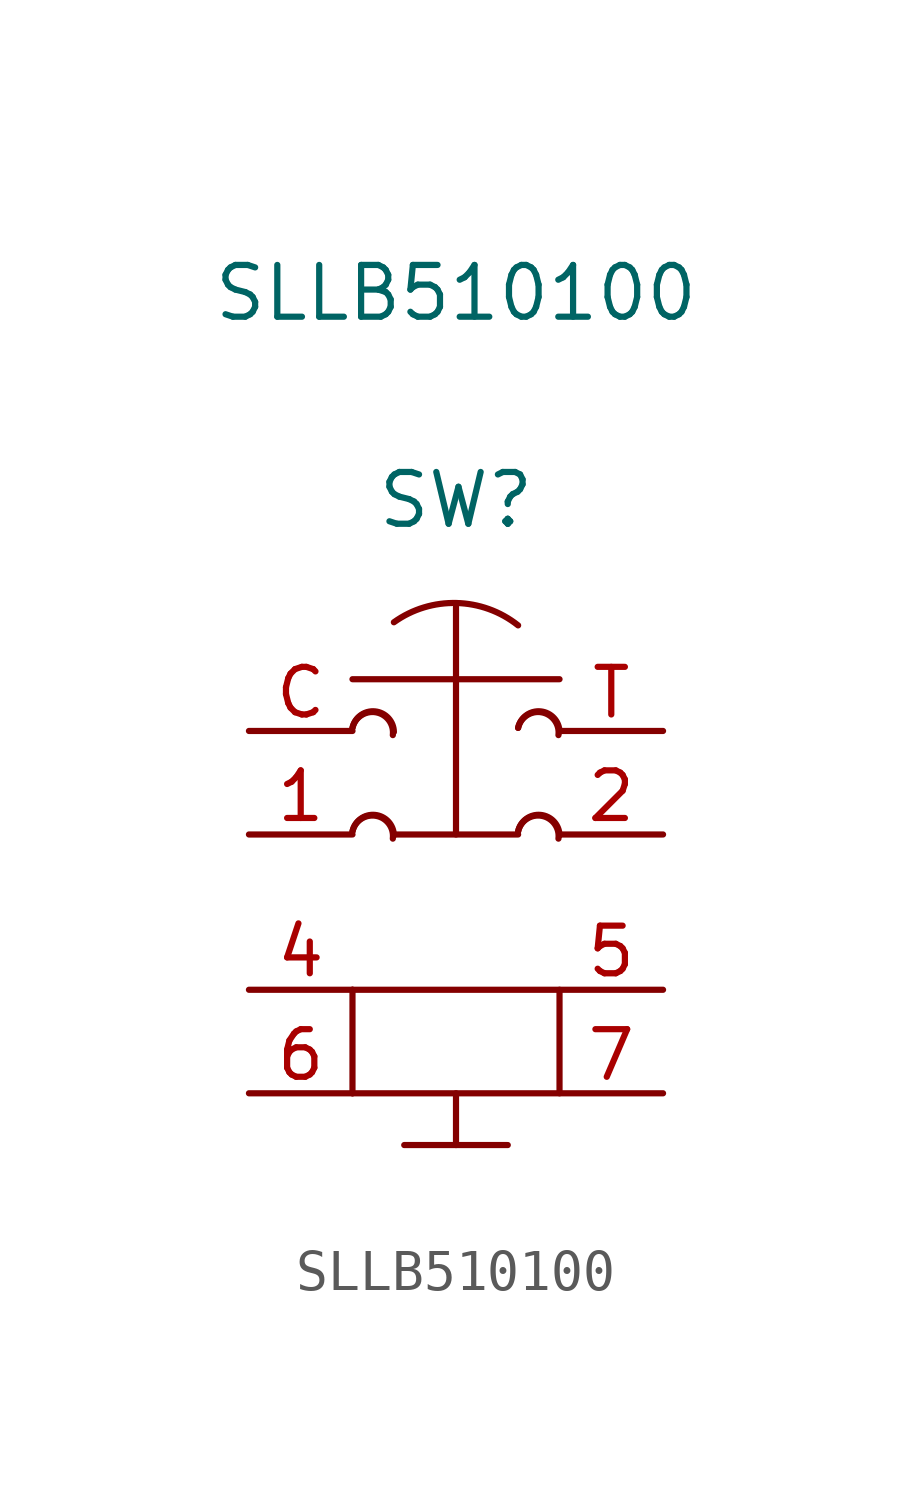
<source format=kicad_sym>
(kicad_symbol_lib
  (version 20220914)
  (generator kicad_symbol_editor)
  (symbol "SLLB510100"
    (pin_names
      (offset 1.016) hide)
    (property "Reference" "SW"
      (at 0 5.664 0)
      (effects (font (size 1.27 1.27))))
    (property "Value" "SLLB510100"
      (at 0 10.744 0)
      (effects (font (size 1.27 1.27))))
    (symbol "SLLB510100_1_1"
      (arc (start -1.5494 -2.6416) (mid -1.946 -2.0845) (end -2.54 -2.4638) (stroke (width 0.1524) (type solid)) (fill (type none)))
      (arc (start -1.5494 -0.1016) (mid -1.946 0.4555) (end -2.54 0.0762) (stroke (width 0.1524) (type solid)) (fill (type none)))
      (arc (start -1.524 -2.5654) (mid -1.9819 -2.0599) (end -2.54 -2.4638) (stroke (width 0.1524) (type solid)) (fill (type none)))
      (arc (start -1.524 -0.0254) (mid -1.9819 0.4801) (end -2.54 0.0762) (stroke (width 0.1524) (type solid)) (fill (type none)))
      (polyline (pts (xy -2.54 -8.89) (xy -2.54 -6.35)) (stroke (width 0.152) (type solid)) (fill (type none)))
      (polyline (pts (xy -1.524 -2.54) (xy 1.524 -2.54)) (stroke (width 0.152) (type solid)) (fill (type none)))
      (polyline (pts (xy -1.27 -10.16) (xy 1.27 -10.16)) (stroke (width 0.152) (type solid)) (fill (type none)))
      (polyline (pts (xy 0 -8.89) (xy 0 -10.16)) (stroke (width 0.152) (type solid)) (fill (type none)))
      (polyline (pts (xy 0 -2.54) (xy 0 3.048)) (stroke (width 0.152) (type solid)) (fill (type none)))
      (polyline (pts (xy 2.54 1.27) (xy -2.54 1.27)) (stroke (width 0.152) (type solid)) (fill (type none)))
      (polyline (pts (xy -2.54 -6.35) (xy 2.54 -6.35) (xy 2.54 -8.89) (xy -2.54 -8.89)) (stroke (width 0.152) (type solid)) (fill (type none)))
      (arc (start 1.524 2.5908) (mid 0.0127 3.1396) (end -1.524 2.667) (stroke (width 0.1524) (type solid)) (fill (type none)))
      (arc (start 2.5146 -2.6416) (mid 2.118 -2.0845) (end 1.524 -2.4638) (stroke (width 0.1524) (type solid)) (fill (type none)))
      (arc (start 2.5146 -0.1016) (mid 2.118 0.4555) (end 1.524 0.0762) (stroke (width 0.1524) (type solid)) (fill (type none)))
      (arc (start 2.54 -2.5654) (mid 2.0821 -2.0599) (end 1.524 -2.4638) (stroke (width 0.1524) (type solid)) (fill (type none)))
      (arc (start 2.54 -0.0254) (mid 2.0821 0.4801) (end 1.524 0.0762) (stroke (width 0.1524) (type solid)) (fill (type none)))
      (pin input line (at -5.08 -2.54 0) (length 2.54) (name "1" (effects (font (size 1.168 1.168)))) (number "1" (effects (font (size 1.168 1.168)))))
      (pin input line (at 5.08 -2.54 180) (length 2.54) (name "2" (effects (font (size 1.168 1.168)))) (number "2" (effects (font (size 1.168 1.168)))))
      (pin input line (at -5.08 -6.35 0) (length 2.54) (name "4" (effects (font (size 1.168 1.168)))) (number "4" (effects (font (size 1.168 1.168)))))
      (pin input line (at 5.08 -6.35 180) (length 2.54) (name "5" (effects (font (size 1.168 1.168)))) (number "5" (effects (font (size 1.168 1.168)))))
      (pin input line (at -5.08 -8.89 0) (length 2.54) (name "6" (effects (font (size 1.168 1.168)))) (number "6" (effects (font (size 1.168 1.168)))))
      (pin input line (at 5.08 -8.89 180) (length 2.54) (name "7" (effects (font (size 1.168 1.168)))) (number "7" (effects (font (size 1.168 1.168)))))
      (pin input line (at -5.08 0 0) (length 2.54) (name "C" (effects (font (size 1.168 1.168)))) (number "C" (effects (font (size 1.168 1.168)))))
      (pin input line (at 5.08 0 180) (length 2.54) (name "T" (effects (font (size 1.168 1.168)))) (number "T" (effects (font (size 1.168 1.168))))))))
</source>
